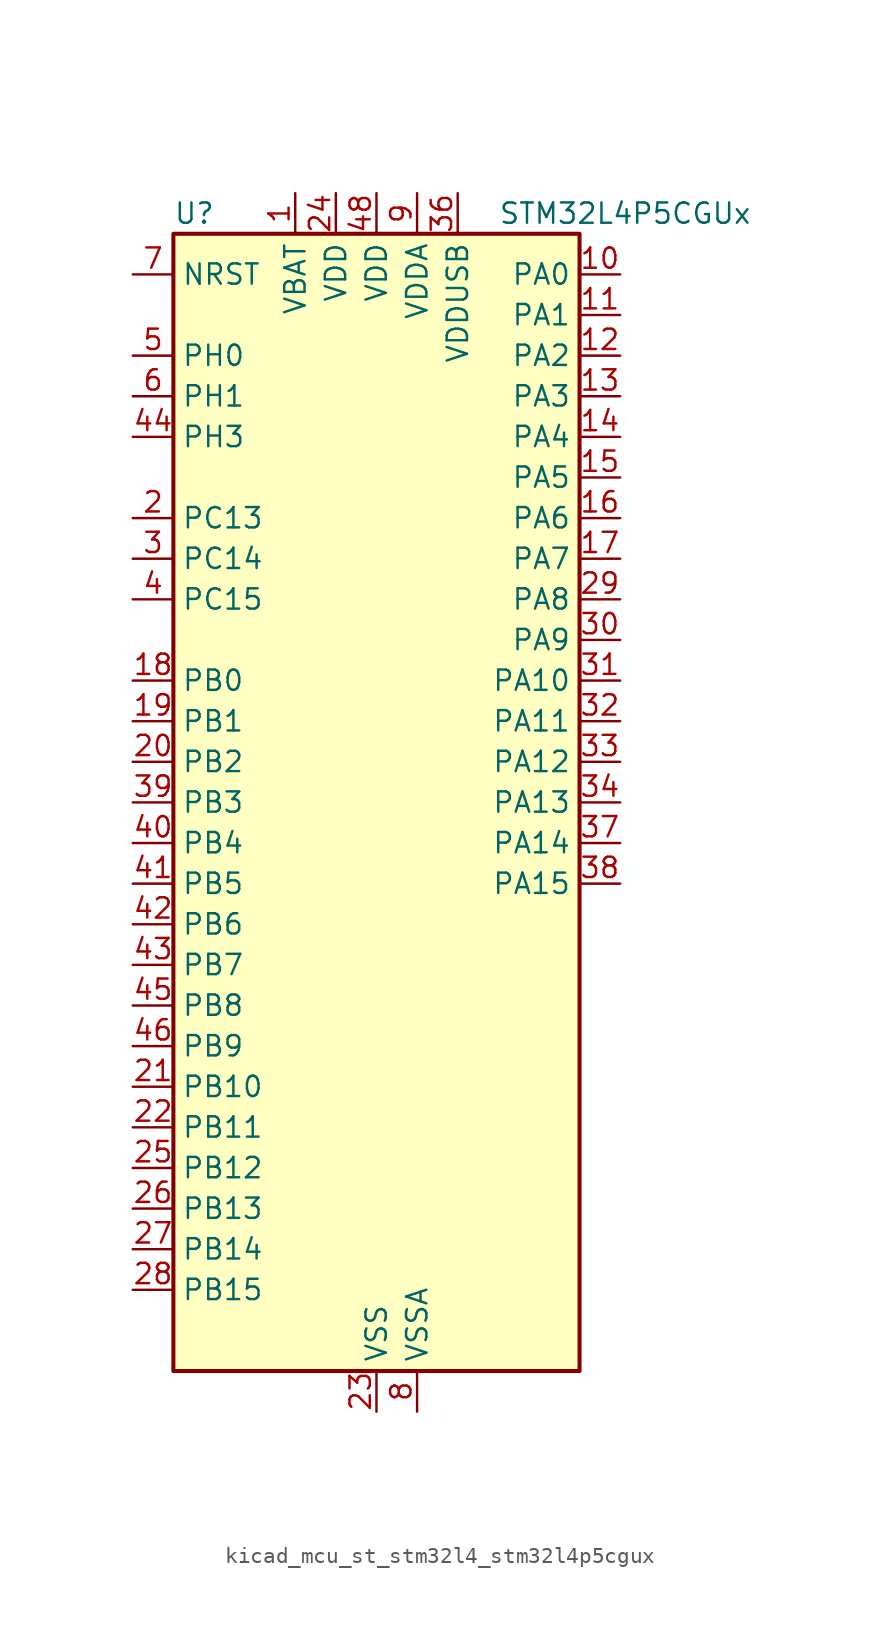
<source format=kicad_sym>
(kicad_symbol_lib
  (version 20220914)
  (generator kicad_symbol_editor)
  (symbol "kicad_mcu_st_stm32l4_stm32l4p5cgux"
    (property "Reference" "U"
      (at -12.7 36.83 0)
      (effects (font (size 1.27 1.27)) (justify left)))
    (property "Value" "STM32L4P5CGUx"
      (at 7.62 36.83 0)
      (effects (font (size 1.27 1.27)) (justify left)))
    (property "ki_locked" ""
      (at 0 0 0)
      (effects (font (size 1.27 1.27))))
    (symbol "kicad_mcu_st_stm32l4_stm32l4p5cgux_0_1"
      (rectangle (start -12.7 -35.56) (end 12.7 35.56) (stroke (width 0.254) (type default)) (fill (type background))))
    (symbol "kicad_mcu_st_stm32l4_stm32l4p5cgux_1_1"
      (pin power_in line (at -5.08 38.1 270) (length 2.54) (name "VBAT" (effects (font (size 1.27 1.27)))) (number "1" (effects (font (size 1.27 1.27)))))
      (pin bidirectional line (at 15.24 33.02 180) (length 2.54) (name "PA0" (effects (font (size 1.27 1.27)))) (number "10" (effects (font (size 1.27 1.27)))) (alternate "ADC1_IN5" bidirectional line) (alternate "ADC2_IN5" bidirectional line) (alternate "OPAMP1_VINP" bidirectional line) (alternate "RTC_TAMP2" bidirectional line) (alternate "SAI1_EXTCLK" bidirectional line) (alternate "SYS_WKUP1" bidirectional line) (alternate "TIM2_CH1" bidirectional line) (alternate "TIM2_ETR" bidirectional line) (alternate "TIM5_CH1" bidirectional line) (alternate "TIM8_ETR" bidirectional line) (alternate "UART4_TX" bidirectional line) (alternate "USART2_CTS" bidirectional line) (alternate "USART2_NSS" bidirectional line))
      (pin bidirectional line (at 15.24 30.48 180) (length 2.54) (name "PA1" (effects (font (size 1.27 1.27)))) (number "11" (effects (font (size 1.27 1.27)))) (alternate "ADC1_IN6" bidirectional line) (alternate "ADC2_IN6" bidirectional line) (alternate "I2C1_SMBA" bidirectional line) (alternate "OCTOSPIM_P1_DQS" bidirectional line) (alternate "OPAMP1_VINM" bidirectional line) (alternate "SDMMC2_CMD" bidirectional line) (alternate "SPI1_SCK" bidirectional line) (alternate "TIM15_CH1N" bidirectional line) (alternate "TIM2_CH2" bidirectional line) (alternate "TIM5_CH2" bidirectional line) (alternate "UART4_RX" bidirectional line) (alternate "USART2_DE" bidirectional line) (alternate "USART2_RTS" bidirectional line))
      (pin bidirectional line (at 15.24 27.94 180) (length 2.54) (name "PA2" (effects (font (size 1.27 1.27)))) (number "12" (effects (font (size 1.27 1.27)))) (alternate "ADC1_IN7" bidirectional line) (alternate "ADC2_IN7" bidirectional line) (alternate "LPUART1_TX" bidirectional line) (alternate "OCTOSPIM_P1_NCS" bidirectional line) (alternate "RCC_LSCO" bidirectional line) (alternate "SAI2_EXTCLK" bidirectional line) (alternate "SYS_WKUP4" bidirectional line) (alternate "TIM15_CH1" bidirectional line) (alternate "TIM2_CH3" bidirectional line) (alternate "TIM5_CH3" bidirectional line) (alternate "USART2_TX" bidirectional line))
      (pin bidirectional line (at 15.24 25.4 180) (length 2.54) (name "PA3" (effects (font (size 1.27 1.27)))) (number "13" (effects (font (size 1.27 1.27)))) (alternate "ADC1_IN8" bidirectional line) (alternate "ADC2_IN8" bidirectional line) (alternate "LPUART1_RX" bidirectional line) (alternate "OCTOSPIM_P1_CLK" bidirectional line) (alternate "OPAMP1_VOUT" bidirectional line) (alternate "SAI1_CK1" bidirectional line) (alternate "SAI1_MCLK_A" bidirectional line) (alternate "TIM15_CH2" bidirectional line) (alternate "TIM2_CH4" bidirectional line) (alternate "TIM5_CH4" bidirectional line) (alternate "USART2_RX" bidirectional line))
      (pin bidirectional line (at 15.24 22.86 180) (length 2.54) (name "PA4" (effects (font (size 1.27 1.27)))) (number "14" (effects (font (size 1.27 1.27)))) (alternate "ADC1_IN9" bidirectional line) (alternate "ADC2_IN9" bidirectional line) (alternate "DAC1_OUT1" bidirectional line) (alternate "LPTIM2_OUT" bidirectional line) (alternate "LTDC_CLK" bidirectional line) (alternate "OCTOSPIM_P1_NCS" bidirectional line) (alternate "SAI1_FS_B" bidirectional line) (alternate "SPI1_NSS" bidirectional line) (alternate "SPI3_NSS" bidirectional line) (alternate "USART2_CK" bidirectional line))
      (pin bidirectional line (at 15.24 20.32 180) (length 2.54) (name "PA5" (effects (font (size 1.27 1.27)))) (number "15" (effects (font (size 1.27 1.27)))) (alternate "ADC1_IN10" bidirectional line) (alternate "ADC2_IN10" bidirectional line) (alternate "DAC1_OUT2" bidirectional line) (alternate "LPTIM2_ETR" bidirectional line) (alternate "LTDC_R7" bidirectional line) (alternate "SPI1_SCK" bidirectional line) (alternate "TIM2_CH1" bidirectional line) (alternate "TIM2_ETR" bidirectional line) (alternate "TIM8_CH1N" bidirectional line))
      (pin bidirectional line (at 15.24 17.78 180) (length 2.54) (name "PA6" (effects (font (size 1.27 1.27)))) (number "16" (effects (font (size 1.27 1.27)))) (alternate "ADC1_IN11" bidirectional line) (alternate "ADC2_IN11" bidirectional line) (alternate "LPUART1_CTS" bidirectional line) (alternate "OCTOSPIM_P1_IO3" bidirectional line) (alternate "OPAMP2_VINP" bidirectional line) (alternate "SPI1_MISO" bidirectional line) (alternate "TIM16_CH1" bidirectional line) (alternate "TIM1_BKIN" bidirectional line) (alternate "TIM3_CH1" bidirectional line) (alternate "TIM8_BKIN" bidirectional line) (alternate "USART3_CTS" bidirectional line) (alternate "USART3_NSS" bidirectional line))
      (pin bidirectional line (at 15.24 15.24 180) (length 2.54) (name "PA7" (effects (font (size 1.27 1.27)))) (number "17" (effects (font (size 1.27 1.27)))) (alternate "ADC1_IN12" bidirectional line) (alternate "ADC2_IN12" bidirectional line) (alternate "I2C3_SCL" bidirectional line) (alternate "OCTOSPIM_P1_IO2" bidirectional line) (alternate "OPAMP2_VINM" bidirectional line) (alternate "SPI1_MOSI" bidirectional line) (alternate "TIM17_CH1" bidirectional line) (alternate "TIM1_CH1N" bidirectional line) (alternate "TIM3_CH2" bidirectional line) (alternate "TIM8_CH1N" bidirectional line))
      (pin bidirectional line (at -15.24 7.62 0) (length 2.54) (name "PB0" (effects (font (size 1.27 1.27)))) (number "18" (effects (font (size 1.27 1.27)))) (alternate "ADC1_IN15" bidirectional line) (alternate "ADC2_IN15" bidirectional line) (alternate "COMP1_OUT" bidirectional line) (alternate "LTDC_B6" bidirectional line) (alternate "OCTOSPIM_P1_IO1" bidirectional line) (alternate "OPAMP2_VOUT" bidirectional line) (alternate "SAI1_EXTCLK" bidirectional line) (alternate "SPI1_NSS" bidirectional line) (alternate "TIM1_CH2N" bidirectional line) (alternate "TIM3_CH3" bidirectional line) (alternate "TIM8_CH2N" bidirectional line) (alternate "USART3_CK" bidirectional line))
      (pin bidirectional line (at -15.24 5.08 0) (length 2.54) (name "PB1" (effects (font (size 1.27 1.27)))) (number "19" (effects (font (size 1.27 1.27)))) (alternate "ADC1_IN16" bidirectional line) (alternate "ADC2_IN16" bidirectional line) (alternate "COMP1_INM" bidirectional line) (alternate "DFSDM1_DATIN0" bidirectional line) (alternate "LPTIM2_IN1" bidirectional line) (alternate "LPUART1_DE" bidirectional line) (alternate "LPUART1_RTS" bidirectional line) (alternate "LTDC_G6" bidirectional line) (alternate "OCTOSPIM_P1_IO0" bidirectional line) (alternate "TIM1_CH3N" bidirectional line) (alternate "TIM3_CH4" bidirectional line) (alternate "TIM8_CH3N" bidirectional line) (alternate "USART3_DE" bidirectional line) (alternate "USART3_RTS" bidirectional line))
      (pin bidirectional line (at -15.24 17.78 0) (length 2.54) (name "PC13" (effects (font (size 1.27 1.27)))) (number "2" (effects (font (size 1.27 1.27)))) (alternate "RTC_OUT1" bidirectional line) (alternate "RTC_TAMP1" bidirectional line) (alternate "RTC_TS" bidirectional line) (alternate "SYS_WKUP2" bidirectional line))
      (pin bidirectional line (at -15.24 2.54 0) (length 2.54) (name "PB2" (effects (font (size 1.27 1.27)))) (number "20" (effects (font (size 1.27 1.27)))) (alternate "COMP1_INP" bidirectional line) (alternate "DFSDM1_CKIN0" bidirectional line) (alternate "I2C3_SMBA" bidirectional line) (alternate "LPTIM1_OUT" bidirectional line) (alternate "OCTOSPIM_P1_DQS" bidirectional line) (alternate "RTC_OUT2" bidirectional line))
      (pin bidirectional line (at -15.24 -17.78 0) (length 2.54) (name "PB10" (effects (font (size 1.27 1.27)))) (number "21" (effects (font (size 1.27 1.27)))) (alternate "COMP1_OUT" bidirectional line) (alternate "I2C2_SCL" bidirectional line) (alternate "I2C4_SCL" bidirectional line) (alternate "LPUART1_RX" bidirectional line) (alternate "OCTOSPIM_P1_CLK" bidirectional line) (alternate "OCTOSPIM_P1_IO3" bidirectional line) (alternate "SAI1_SCK_A" bidirectional line) (alternate "SPI2_SCK" bidirectional line) (alternate "TIM2_CH3" bidirectional line) (alternate "TSC_SYNC" bidirectional line) (alternate "USART3_TX" bidirectional line))
      (pin bidirectional line (at -15.24 -20.32 0) (length 2.54) (name "PB11" (effects (font (size 1.27 1.27)))) (number "22" (effects (font (size 1.27 1.27)))) (alternate "ADC1_EXTI11" bidirectional line) (alternate "ADC2_EXTI11" bidirectional line) (alternate "COMP2_OUT" bidirectional line) (alternate "I2C2_SDA" bidirectional line) (alternate "I2C4_SDA" bidirectional line) (alternate "LPUART1_TX" bidirectional line) (alternate "LTDC_VSYNC" bidirectional line) (alternate "OCTOSPIM_P1_NCS" bidirectional line) (alternate "TIM2_CH4" bidirectional line) (alternate "USART3_RX" bidirectional line))
      (pin power_in line (at 0 -38.1 90) (length 2.54) (name "VSS" (effects (font (size 1.27 1.27)))) (number "23" (effects (font (size 1.27 1.27)))))
      (pin power_in line (at -2.54 38.1 270) (length 2.54) (name "VDD" (effects (font (size 1.27 1.27)))) (number "24" (effects (font (size 1.27 1.27)))))
      (pin bidirectional line (at -15.24 -22.86 0) (length 2.54) (name "PB12" (effects (font (size 1.27 1.27)))) (number "25" (effects (font (size 1.27 1.27)))) (alternate "DFSDM1_DATIN1" bidirectional line) (alternate "I2C2_SMBA" bidirectional line) (alternate "LPUART1_DE" bidirectional line) (alternate "LPUART1_RTS" bidirectional line) (alternate "OCTOSPIM_P1_NCLK" bidirectional line) (alternate "SAI2_FS_A" bidirectional line) (alternate "SDMMC2_CK" bidirectional line) (alternate "SPI2_NSS" bidirectional line) (alternate "TIM15_BKIN" bidirectional line) (alternate "TIM1_BKIN" bidirectional line) (alternate "TSC_G1_IO1" bidirectional line) (alternate "USART3_CK" bidirectional line))
      (pin bidirectional line (at -15.24 -25.4 0) (length 2.54) (name "PB13" (effects (font (size 1.27 1.27)))) (number "26" (effects (font (size 1.27 1.27)))) (alternate "DFSDM1_CKIN1" bidirectional line) (alternate "I2C2_SCL" bidirectional line) (alternate "LPUART1_CTS" bidirectional line) (alternate "OCTOSPIM_P1_IO1" bidirectional line) (alternate "SAI2_SCK_A" bidirectional line) (alternate "SPI2_SCK" bidirectional line) (alternate "TIM15_CH1N" bidirectional line) (alternate "TIM1_CH1N" bidirectional line) (alternate "TSC_G1_IO2" bidirectional line) (alternate "USART3_CTS" bidirectional line) (alternate "USART3_NSS" bidirectional line))
      (pin bidirectional line (at -15.24 -27.94 0) (length 2.54) (name "PB14" (effects (font (size 1.27 1.27)))) (number "27" (effects (font (size 1.27 1.27)))) (alternate "DFSDM1_DATIN2" bidirectional line) (alternate "I2C2_SDA" bidirectional line) (alternate "OCTOSPIM_P1_IO6" bidirectional line) (alternate "SAI2_MCLK_A" bidirectional line) (alternate "SDMMC2_D0" bidirectional line) (alternate "SPI2_MISO" bidirectional line) (alternate "TIM15_CH1" bidirectional line) (alternate "TIM1_CH2N" bidirectional line) (alternate "TIM8_CH2N" bidirectional line) (alternate "TSC_G1_IO3" bidirectional line) (alternate "USART3_DE" bidirectional line) (alternate "USART3_RTS" bidirectional line))
      (pin bidirectional line (at -15.24 -30.48 0) (length 2.54) (name "PB15" (effects (font (size 1.27 1.27)))) (number "28" (effects (font (size 1.27 1.27)))) (alternate "ADC1_EXTI15" bidirectional line) (alternate "ADC2_EXTI15" bidirectional line) (alternate "DFSDM1_CKIN2" bidirectional line) (alternate "OCTOSPIM_P1_IO7" bidirectional line) (alternate "RTC_REFIN" bidirectional line) (alternate "SAI2_SD_A" bidirectional line) (alternate "SDMMC2_D1" bidirectional line) (alternate "SPI2_MOSI" bidirectional line) (alternate "TIM15_CH2" bidirectional line) (alternate "TIM1_CH3N" bidirectional line) (alternate "TIM8_CH3N" bidirectional line) (alternate "TSC_G1_IO4" bidirectional line))
      (pin bidirectional line (at 15.24 12.7 180) (length 2.54) (name "PA8" (effects (font (size 1.27 1.27)))) (number "29" (effects (font (size 1.27 1.27)))) (alternate "LPTIM2_OUT" bidirectional line) (alternate "LTDC_B7" bidirectional line) (alternate "RCC_MCO" bidirectional line) (alternate "SAI1_CK2" bidirectional line) (alternate "SAI1_SCK_A" bidirectional line) (alternate "TIM1_CH1" bidirectional line) (alternate "USART1_CK" bidirectional line) (alternate "USB_OTG_FS_SOF" bidirectional line))
      (pin bidirectional line (at -15.24 15.24 0) (length 2.54) (name "PC14" (effects (font (size 1.27 1.27)))) (number "3" (effects (font (size 1.27 1.27)))) (alternate "RCC_OSC32_IN" bidirectional line))
      (pin bidirectional line (at 15.24 10.16 180) (length 2.54) (name "PA9" (effects (font (size 1.27 1.27)))) (number "30" (effects (font (size 1.27 1.27)))) (alternate "DAC1_EXTI9" bidirectional line) (alternate "LTDC_G7" bidirectional line) (alternate "SAI1_FS_A" bidirectional line) (alternate "SPI2_SCK" bidirectional line) (alternate "TIM15_BKIN" bidirectional line) (alternate "TIM1_CH2" bidirectional line) (alternate "USART1_TX" bidirectional line) (alternate "USB_OTG_FS_VBUS" bidirectional line))
      (pin bidirectional line (at 15.24 7.62 180) (length 2.54) (name "PA10" (effects (font (size 1.27 1.27)))) (number "31" (effects (font (size 1.27 1.27)))) (alternate "LTDC_G6" bidirectional line) (alternate "SAI1_D1" bidirectional line) (alternate "SAI1_SD_A" bidirectional line) (alternate "TIM17_BKIN" bidirectional line) (alternate "TIM1_CH3" bidirectional line) (alternate "USART1_RX" bidirectional line) (alternate "USB_OTG_FS_ID" bidirectional line))
      (pin bidirectional line (at 15.24 5.08 180) (length 2.54) (name "PA11" (effects (font (size 1.27 1.27)))) (number "32" (effects (font (size 1.27 1.27)))) (alternate "ADC1_EXTI11" bidirectional line) (alternate "ADC2_EXTI11" bidirectional line) (alternate "CAN1_RX" bidirectional line) (alternate "LTDC_DE" bidirectional line) (alternate "SPI1_MISO" bidirectional line) (alternate "TIM1_BKIN2" bidirectional line) (alternate "TIM1_CH4" bidirectional line) (alternate "USART1_CTS" bidirectional line) (alternate "USART1_NSS" bidirectional line) (alternate "USB_OTG_FS_DM" bidirectional line))
      (pin bidirectional line (at 15.24 2.54 180) (length 2.54) (name "PA12" (effects (font (size 1.27 1.27)))) (number "33" (effects (font (size 1.27 1.27)))) (alternate "CAN1_TX" bidirectional line) (alternate "LTDC_VSYNC" bidirectional line) (alternate "OCTOSPIM_P2_NCS" bidirectional line) (alternate "SPI1_MOSI" bidirectional line) (alternate "TIM1_ETR" bidirectional line) (alternate "USART1_DE" bidirectional line) (alternate "USART1_RTS" bidirectional line) (alternate "USB_OTG_FS_DP" bidirectional line))
      (pin bidirectional line (at 15.24 0 180) (length 2.54) (name "PA13" (effects (font (size 1.27 1.27)))) (number "34" (effects (font (size 1.27 1.27)))) (alternate "IR_OUT" bidirectional line) (alternate "SAI1_SD_B" bidirectional line) (alternate "SYS_JTMS-SWDIO" bidirectional line) (alternate "USB_OTG_FS_NOE" bidirectional line))
      (pin passive line (at 0 -38.1 90) (length 2.54) hide (name "VSS" (effects (font (size 1.27 1.27)))) (number "35" (effects (font (size 1.27 1.27)))))
      (pin power_in line (at 5.08 38.1 270) (length 2.54) (name "VDDUSB" (effects (font (size 1.27 1.27)))) (number "36" (effects (font (size 1.27 1.27)))))
      (pin bidirectional line (at 15.24 -2.54 180) (length 2.54) (name "PA14" (effects (font (size 1.27 1.27)))) (number "37" (effects (font (size 1.27 1.27)))) (alternate "I2C1_SMBA" bidirectional line) (alternate "I2C4_SMBA" bidirectional line) (alternate "LPTIM1_OUT" bidirectional line) (alternate "SAI1_FS_B" bidirectional line) (alternate "SYS_JTCK-SWCLK" bidirectional line) (alternate "USB_OTG_FS_SOF" bidirectional line))
      (pin bidirectional line (at 15.24 -5.08 180) (length 2.54) (name "PA15" (effects (font (size 1.27 1.27)))) (number "38" (effects (font (size 1.27 1.27)))) (alternate "ADC1_EXTI15" bidirectional line) (alternate "ADC2_EXTI15" bidirectional line) (alternate "LTDC_HSYNC" bidirectional line) (alternate "SAI2_FS_B" bidirectional line) (alternate "SPI1_NSS" bidirectional line) (alternate "SPI3_NSS" bidirectional line) (alternate "SYS_JTDI" bidirectional line) (alternate "TIM2_CH1" bidirectional line) (alternate "TIM2_ETR" bidirectional line) (alternate "TSC_G3_IO1" bidirectional line) (alternate "UART4_DE" bidirectional line) (alternate "UART4_RTS" bidirectional line) (alternate "USART2_RX" bidirectional line) (alternate "USART3_DE" bidirectional line) (alternate "USART3_RTS" bidirectional line))
      (pin bidirectional line (at -15.24 0 0) (length 2.54) (name "PB3" (effects (font (size 1.27 1.27)))) (number "39" (effects (font (size 1.27 1.27)))) (alternate "COMP2_INM" bidirectional line) (alternate "CRS_SYNC" bidirectional line) (alternate "OCTOSPIM_P1_IO4" bidirectional line) (alternate "SAI1_SCK_B" bidirectional line) (alternate "SDMMC2_D2" bidirectional line) (alternate "SPI1_SCK" bidirectional line) (alternate "SPI3_SCK" bidirectional line) (alternate "SYS_JTDO-SWO" bidirectional line) (alternate "TIM2_CH2" bidirectional line) (alternate "USART1_DE" bidirectional line) (alternate "USART1_RTS" bidirectional line))
      (pin bidirectional line (at -15.24 12.7 0) (length 2.54) (name "PC15" (effects (font (size 1.27 1.27)))) (number "4" (effects (font (size 1.27 1.27)))) (alternate "ADC1_EXTI15" bidirectional line) (alternate "ADC2_EXTI15" bidirectional line) (alternate "RCC_OSC32_OUT" bidirectional line))
      (pin bidirectional line (at -15.24 -2.54 0) (length 2.54) (name "PB4" (effects (font (size 1.27 1.27)))) (number "40" (effects (font (size 1.27 1.27)))) (alternate "COMP2_INP" bidirectional line) (alternate "I2C3_SDA" bidirectional line) (alternate "OCTOSPIM_P1_IO5" bidirectional line) (alternate "SAI1_MCLK_B" bidirectional line) (alternate "SDMMC2_D3" bidirectional line) (alternate "SPI1_MISO" bidirectional line) (alternate "SPI3_MISO" bidirectional line) (alternate "SYS_JTRST" bidirectional line) (alternate "TIM17_BKIN" bidirectional line) (alternate "TIM3_CH1" bidirectional line) (alternate "TSC_G2_IO1" bidirectional line) (alternate "USART1_CTS" bidirectional line) (alternate "USART1_NSS" bidirectional line))
      (pin bidirectional line (at -15.24 -5.08 0) (length 2.54) (name "PB5" (effects (font (size 1.27 1.27)))) (number "41" (effects (font (size 1.27 1.27)))) (alternate "COMP2_OUT" bidirectional line) (alternate "I2C1_SMBA" bidirectional line) (alternate "LPTIM1_IN1" bidirectional line) (alternate "OCTOSPIM_P1_IO0" bidirectional line) (alternate "SAI1_SD_B" bidirectional line) (alternate "SPI1_MOSI" bidirectional line) (alternate "SPI3_MOSI" bidirectional line) (alternate "TIM16_BKIN" bidirectional line) (alternate "TIM3_CH2" bidirectional line) (alternate "TSC_G2_IO2" bidirectional line) (alternate "USART1_CK" bidirectional line))
      (pin bidirectional line (at -15.24 -7.62 0) (length 2.54) (name "PB6" (effects (font (size 1.27 1.27)))) (number "42" (effects (font (size 1.27 1.27)))) (alternate "COMP2_INP" bidirectional line) (alternate "I2C1_SCL" bidirectional line) (alternate "I2C4_SCL" bidirectional line) (alternate "LPTIM1_ETR" bidirectional line) (alternate "LTDC_R6" bidirectional line) (alternate "SAI1_FS_B" bidirectional line) (alternate "TIM16_CH1N" bidirectional line) (alternate "TIM4_CH1" bidirectional line) (alternate "TIM8_BKIN2" bidirectional line) (alternate "TSC_G2_IO3" bidirectional line) (alternate "USART1_TX" bidirectional line))
      (pin bidirectional line (at -15.24 -10.16 0) (length 2.54) (name "PB7" (effects (font (size 1.27 1.27)))) (number "43" (effects (font (size 1.27 1.27)))) (alternate "COMP2_INM" bidirectional line) (alternate "I2C1_SDA" bidirectional line) (alternate "I2C4_SDA" bidirectional line) (alternate "LPTIM1_IN2" bidirectional line) (alternate "LTDC_VSYNC" bidirectional line) (alternate "SYS_PVD_IN" bidirectional line) (alternate "TIM17_CH1N" bidirectional line) (alternate "TIM4_CH2" bidirectional line) (alternate "TIM8_BKIN" bidirectional line) (alternate "TSC_G2_IO4" bidirectional line) (alternate "UART4_CTS" bidirectional line) (alternate "USART1_RX" bidirectional line))
      (pin bidirectional line (at -15.24 22.86 0) (length 2.54) (name "PH3" (effects (font (size 1.27 1.27)))) (number "44" (effects (font (size 1.27 1.27)))))
      (pin bidirectional line (at -15.24 -12.7 0) (length 2.54) (name "PB8" (effects (font (size 1.27 1.27)))) (number "45" (effects (font (size 1.27 1.27)))) (alternate "CAN1_RX" bidirectional line) (alternate "DFSDM1_CKOUT" bidirectional line) (alternate "I2C1_SCL" bidirectional line) (alternate "LTDC_DE" bidirectional line) (alternate "SAI1_CK1" bidirectional line) (alternate "SAI1_MCLK_A" bidirectional line) (alternate "SDMMC2_D4" bidirectional line) (alternate "TIM16_CH1" bidirectional line) (alternate "TIM4_CH3" bidirectional line))
      (pin bidirectional line (at -15.24 -15.24 0) (length 2.54) (name "PB9" (effects (font (size 1.27 1.27)))) (number "46" (effects (font (size 1.27 1.27)))) (alternate "CAN1_TX" bidirectional line) (alternate "DAC1_EXTI9" bidirectional line) (alternate "I2C1_SDA" bidirectional line) (alternate "IR_OUT" bidirectional line) (alternate "SAI1_D2" bidirectional line) (alternate "SAI1_FS_A" bidirectional line) (alternate "SDMMC2_D5" bidirectional line) (alternate "SPI2_NSS" bidirectional line) (alternate "TIM17_CH1" bidirectional line) (alternate "TIM4_CH4" bidirectional line))
      (pin passive line (at 0 -38.1 90) (length 2.54) hide (name "VSS" (effects (font (size 1.27 1.27)))) (number "47" (effects (font (size 1.27 1.27)))))
      (pin power_in line (at 0 38.1 270) (length 2.54) (name "VDD" (effects (font (size 1.27 1.27)))) (number "48" (effects (font (size 1.27 1.27)))))
      (pin passive line (at 0 -38.1 90) (length 2.54) hide (name "VSS" (effects (font (size 1.27 1.27)))) (number "49" (effects (font (size 1.27 1.27)))))
      (pin bidirectional line (at -15.24 27.94 0) (length 2.54) (name "PH0" (effects (font (size 1.27 1.27)))) (number "5" (effects (font (size 1.27 1.27)))) (alternate "RCC_OSC_IN" bidirectional line))
      (pin bidirectional line (at -15.24 25.4 0) (length 2.54) (name "PH1" (effects (font (size 1.27 1.27)))) (number "6" (effects (font (size 1.27 1.27)))) (alternate "RCC_OSC_OUT" bidirectional line))
      (pin input line (at -15.24 33.02 0) (length 2.54) (name "NRST" (effects (font (size 1.27 1.27)))) (number "7" (effects (font (size 1.27 1.27)))))
      (pin power_in line (at 2.54 -38.1 90) (length 2.54) (name "VSSA" (effects (font (size 1.27 1.27)))) (number "8" (effects (font (size 1.27 1.27)))))
      (pin power_in line (at 2.54 38.1 270) (length 2.54) (name "VDDA" (effects (font (size 1.27 1.27)))) (number "9" (effects (font (size 1.27 1.27))))))))
</source>
